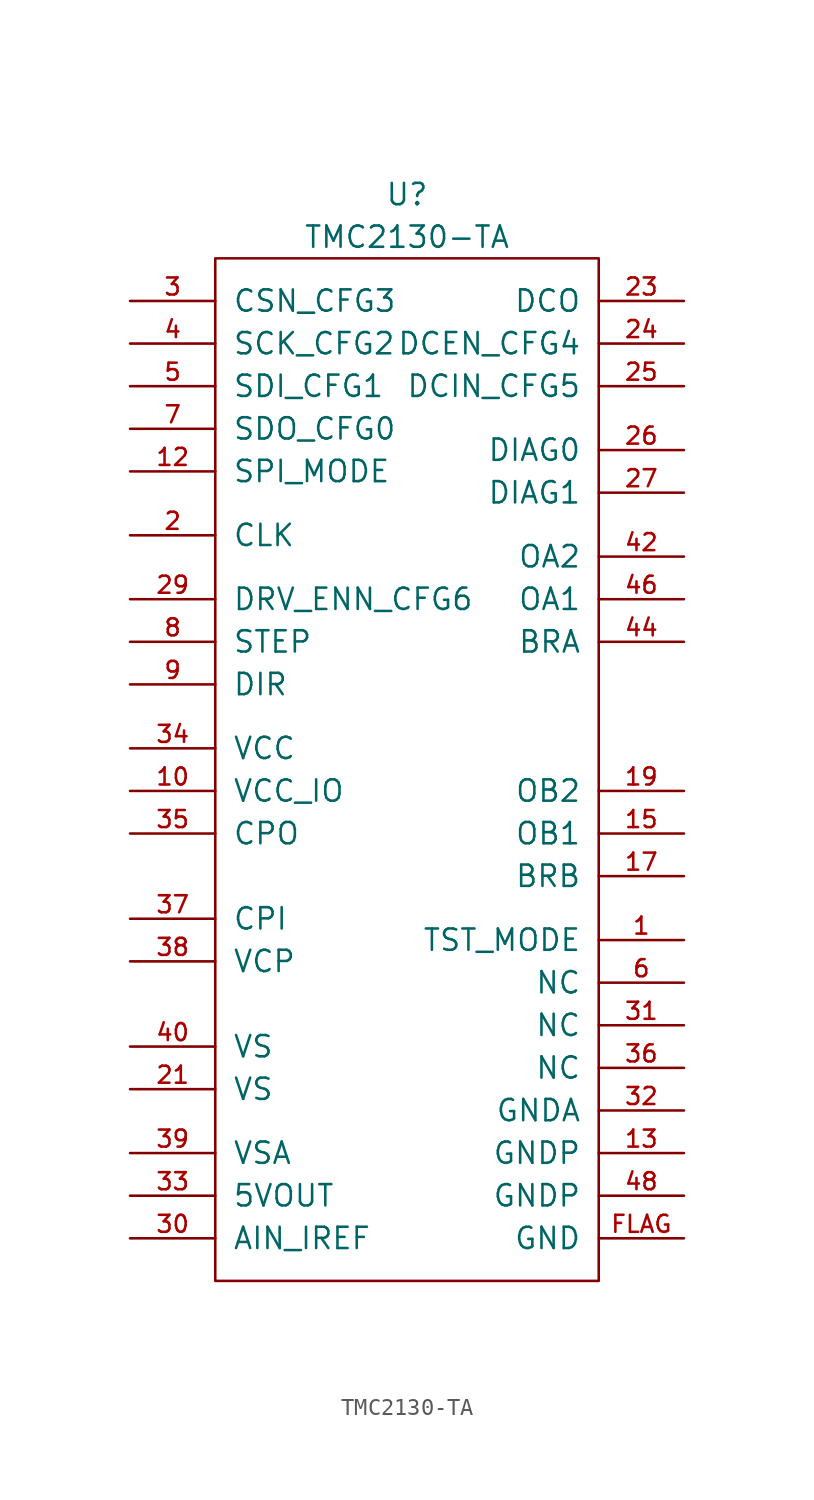
<source format=kicad_sym>
(kicad_symbol_lib
  (version 20211014)
  (generator kicad_symbol_editor)
  (symbol "TMC2130-TA"
    (pin_names
      (offset 1.016))
    (property "Reference" "U"
      (at 0 34.29 0)
      (effects (font (size 1.27 1.27))))
    (property "Value" "TMC2130-TA"
      (at 0 31.75 0)
      (effects (font (size 1.27 1.27))))
    (symbol "TMC2130-TA_0_1"
      (rectangle (start -11.43 30.48) (end 11.43 -30.48) (stroke (width 0) (type default) (color 0 0 0 0)) (fill (type none))))
    (symbol "TMC2130-TA_1_1"
      (pin input line (at 16.51 -10.16 180) (length 5.08) (name "TST_MODE" (effects (font (size 1.27 1.27)))) (number "1" (effects (font (size 1.016 1.016)))))
      (pin power_in line (at -16.51 -1.27 0) (length 5.08) (name "VCC_IO" (effects (font (size 1.27 1.27)))) (number "10" (effects (font (size 1.016 1.016)))))
      (pin input line (at -16.51 17.78 0) (length 5.08) (name "SPI_MODE" (effects (font (size 1.27 1.27)))) (number "12" (effects (font (size 1.016 1.016)))))
      (pin power_in line (at 16.51 -22.86 180) (length 5.08) (name "GNDP" (effects (font (size 1.27 1.27)))) (number "13" (effects (font (size 1.016 1.016)))))
      (pin passive line (at 16.51 -3.81 180) (length 5.08) (name "OB1" (effects (font (size 1.27 1.27)))) (number "15" (effects (font (size 1.016 1.016)))))
      (pin passive line (at 16.51 -6.35 180) (length 5.08) (name "BRB" (effects (font (size 1.27 1.27)))) (number "17" (effects (font (size 1.016 1.016)))))
      (pin passive line (at 16.51 -1.27 180) (length 5.08) (name "OB2" (effects (font (size 1.27 1.27)))) (number "19" (effects (font (size 1.016 1.016)))))
      (pin input line (at -16.51 13.97 0) (length 5.08) (name "CLK" (effects (font (size 1.27 1.27)))) (number "2" (effects (font (size 1.016 1.016)))))
      (pin power_in line (at -16.51 -19.05 0) (length 5.08) (name "VS" (effects (font (size 1.27 1.27)))) (number "21" (effects (font (size 1.016 1.016)))))
      (pin output line (at 16.51 27.94 180) (length 5.08) (name "DCO" (effects (font (size 1.27 1.27)))) (number "23" (effects (font (size 1.016 1.016)))))
      (pin input line (at 16.51 25.4 180) (length 5.08) (name "DCEN_CFG4" (effects (font (size 1.27 1.27)))) (number "24" (effects (font (size 1.016 1.016)))))
      (pin input line (at 16.51 22.86 180) (length 5.08) (name "DCIN_CFG5" (effects (font (size 1.27 1.27)))) (number "25" (effects (font (size 1.016 1.016)))))
      (pin output line (at 16.51 19.05 180) (length 5.08) (name "DIAG0" (effects (font (size 1.27 1.27)))) (number "26" (effects (font (size 1.016 1.016)))))
      (pin output line (at 16.51 16.51 180) (length 5.08) (name "DIAG1" (effects (font (size 1.27 1.27)))) (number "27" (effects (font (size 1.016 1.016)))))
      (pin input line (at -16.51 10.16 0) (length 5.08) (name "DRV_ENN_CFG6" (effects (font (size 1.27 1.27)))) (number "29" (effects (font (size 1.016 1.016)))))
      (pin input line (at -16.51 27.94 0) (length 5.08) (name "CSN_CFG3" (effects (font (size 1.27 1.27)))) (number "3" (effects (font (size 1.016 1.016)))))
      (pin passive line (at -16.51 -27.94 0) (length 5.08) (name "AIN_IREF" (effects (font (size 1.27 1.27)))) (number "30" (effects (font (size 1.016 1.016)))))
      (pin input line (at 16.51 -15.24 180) (length 5.08) (name "NC" (effects (font (size 1.27 1.27)))) (number "31" (effects (font (size 1.016 1.016)))))
      (pin power_in line (at 16.51 -20.32 180) (length 5.08) (name "GNDA" (effects (font (size 1.27 1.27)))) (number "32" (effects (font (size 1.016 1.016)))))
      (pin power_out line (at -16.51 -25.4 0) (length 5.08) (name "5VOUT" (effects (font (size 1.27 1.27)))) (number "33" (effects (font (size 1.016 1.016)))))
      (pin power_in line (at -16.51 1.27 0) (length 5.08) (name "VCC" (effects (font (size 1.27 1.27)))) (number "34" (effects (font (size 1.016 1.016)))))
      (pin passive line (at -16.51 -3.81 0) (length 5.08) (name "CPO" (effects (font (size 1.27 1.27)))) (number "35" (effects (font (size 1.016 1.016)))))
      (pin input line (at 16.51 -17.78 180) (length 5.08) (name "NC" (effects (font (size 1.27 1.27)))) (number "36" (effects (font (size 1.016 1.016)))))
      (pin passive line (at -16.51 -8.89 0) (length 5.08) (name "CPI" (effects (font (size 1.27 1.27)))) (number "37" (effects (font (size 1.016 1.016)))))
      (pin passive line (at -16.51 -11.43 0) (length 5.08) (name "VCP" (effects (font (size 1.27 1.27)))) (number "38" (effects (font (size 1.016 1.016)))))
      (pin power_in line (at -16.51 -22.86 0) (length 5.08) (name "VSA" (effects (font (size 1.27 1.27)))) (number "39" (effects (font (size 1.016 1.016)))))
      (pin input line (at -16.51 25.4 0) (length 5.08) (name "SCK_CFG2" (effects (font (size 1.27 1.27)))) (number "4" (effects (font (size 1.016 1.016)))))
      (pin power_in line (at -16.51 -16.51 0) (length 5.08) (name "VS" (effects (font (size 1.27 1.27)))) (number "40" (effects (font (size 1.016 1.016)))))
      (pin passive line (at 16.51 12.7 180) (length 5.08) (name "OA2" (effects (font (size 1.27 1.27)))) (number "42" (effects (font (size 1.016 1.016)))))
      (pin passive line (at 16.51 7.62 180) (length 5.08) (name "BRA" (effects (font (size 1.27 1.27)))) (number "44" (effects (font (size 1.016 1.016)))))
      (pin passive line (at 16.51 10.16 180) (length 5.08) (name "OA1" (effects (font (size 1.27 1.27)))) (number "46" (effects (font (size 1.016 1.016)))))
      (pin power_in line (at 16.51 -25.4 180) (length 5.08) (name "GNDP" (effects (font (size 1.27 1.27)))) (number "48" (effects (font (size 1.016 1.016)))))
      (pin input line (at -16.51 22.86 0) (length 5.08) (name "SDI_CFG1" (effects (font (size 1.27 1.27)))) (number "5" (effects (font (size 1.016 1.016)))))
      (pin input line (at 16.51 -12.7 180) (length 5.08) (name "NC" (effects (font (size 1.27 1.27)))) (number "6" (effects (font (size 1.016 1.016)))))
      (pin output line (at -16.51 20.32 0) (length 5.08) (name "SDO_CFG0" (effects (font (size 1.27 1.27)))) (number "7" (effects (font (size 1.016 1.016)))))
      (pin input line (at -16.51 7.62 0) (length 5.08) (name "STEP" (effects (font (size 1.27 1.27)))) (number "8" (effects (font (size 1.016 1.016)))))
      (pin input line (at -16.51 5.08 0) (length 5.08) (name "DIR" (effects (font (size 1.27 1.27)))) (number "9" (effects (font (size 1.016 1.016)))))
      (pin power_in line (at 16.51 -27.94 180) (length 5.08) (name "GND" (effects (font (size 1.27 1.27)))) (number "FLAG" (effects (font (size 1.016 1.016))))))))
</source>
